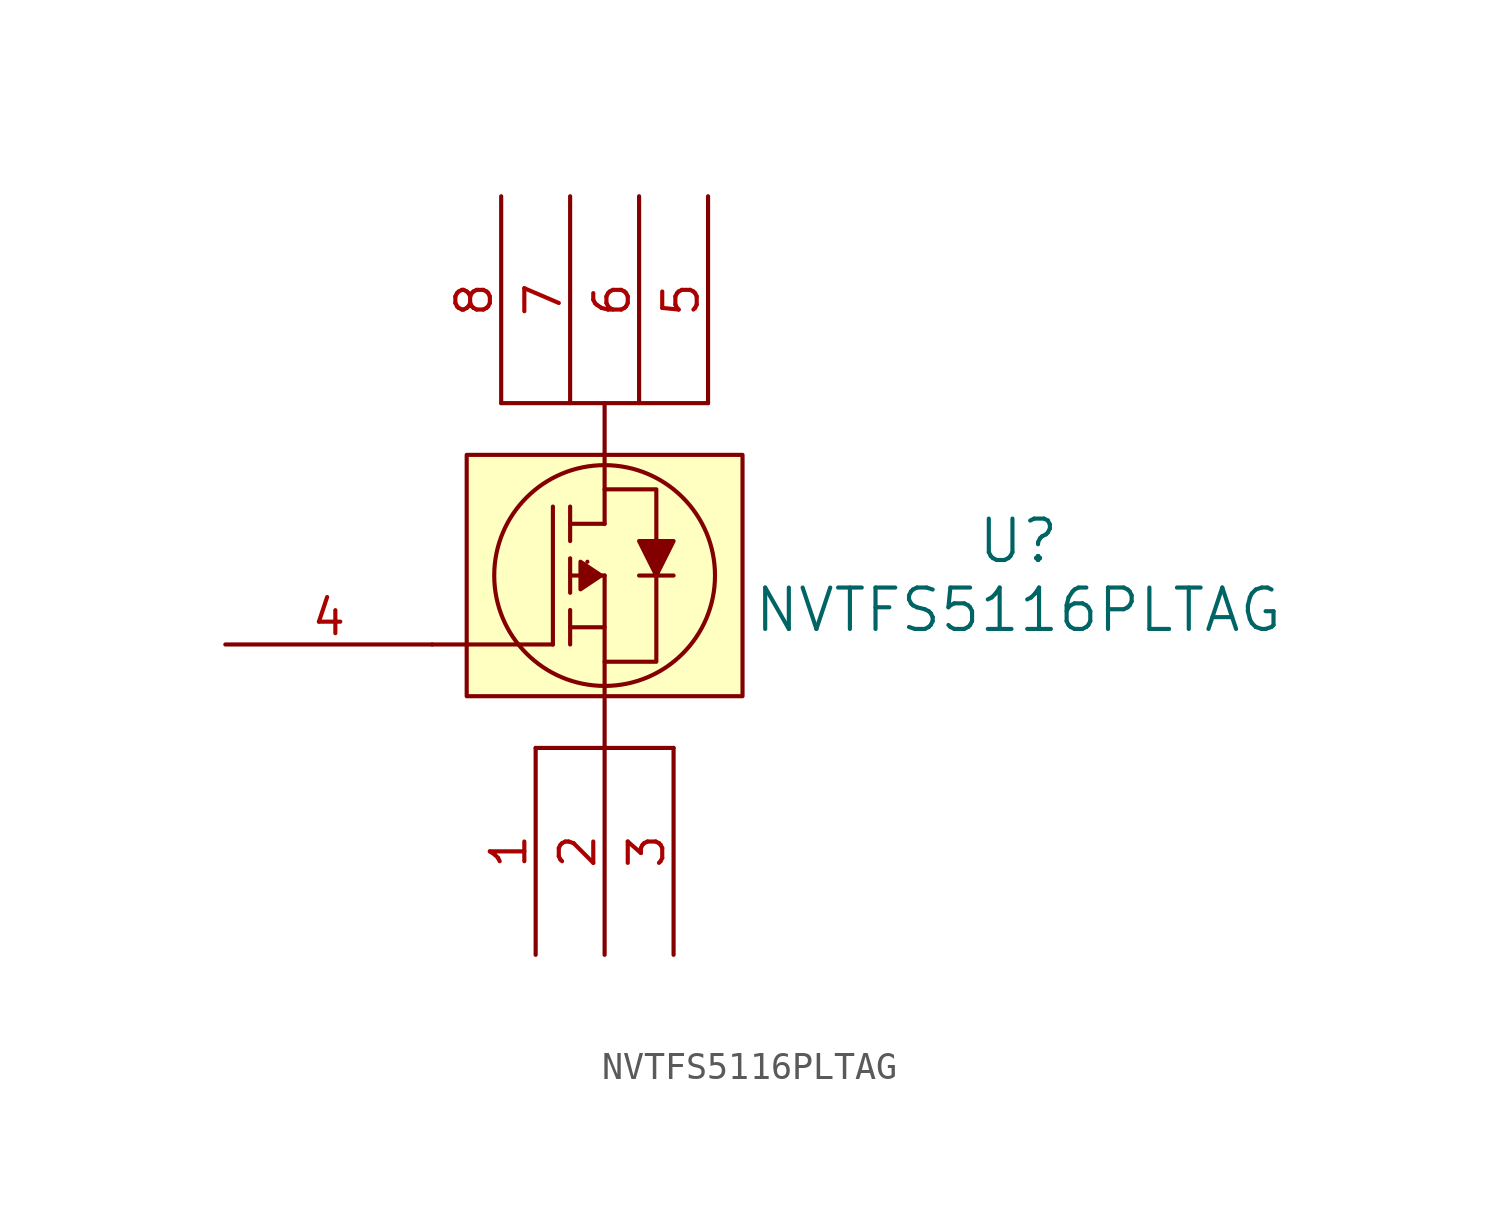
<source format=kicad_sym>
(kicad_symbol_lib
  (version 20220914)
  (generator kicad_symbol_editor)
  (symbol "NVTFS5116PLTAG"
    (pin_names
      (offset 0.254))
    (property "Reference" "U"
      (at 35.56 -12.7 0)
      (effects (font (size 1.524 1.524))))
    (property "Value" "NVTFS5116PLTAG"
      (at 35.56 -15.24 0)
      (effects (font (size 1.524 1.524))))
    (property "ki_locked" ""
      (at 0 0 0)
      (effects (font (size 1.27 1.27))))
    (symbol "NVTFS5116PLTAG_0_1"
      (polyline (pts (xy 13.97 -16.51) (xy 18.415 -16.51)) (stroke (width 0) (type default)) (fill (type none)))
      (polyline (pts (xy 18.415 -11.43) (xy 18.415 -16.51)) (stroke (width 0) (type default)) (fill (type none)))
      (polyline (pts (xy 19.05 -16.51) (xy 19.05 -15.24)) (stroke (width 0) (type default)) (fill (type none)))
      (polyline (pts (xy 19.05 -15.875) (xy 20.32 -15.875)) (stroke (width 0) (type default)) (fill (type none)))
      (polyline (pts (xy 19.05 -14.605) (xy 19.05 -13.335)) (stroke (width 0) (type default)) (fill (type none)))
      (polyline (pts (xy 19.05 -13.97) (xy 20.32 -13.97)) (stroke (width 0) (type default)) (fill (type none)))
      (polyline (pts (xy 19.05 -12.7) (xy 19.05 -11.43)) (stroke (width 0) (type default)) (fill (type none)))
      (polyline (pts (xy 19.05 -12.065) (xy 20.32 -12.065)) (stroke (width 0) (type default)) (fill (type none)))
      (polyline (pts (xy 19.685 -13.462) (xy 19.685 -13.462)) (stroke (width 0) (type default)) (fill (type none)))
      (polyline (pts (xy 20.32 -13.97) (xy 20.32 -20.32)) (stroke (width 0) (type default)) (fill (type none)))
      (polyline (pts (xy 20.32 -12.065) (xy 20.32 -7.62)) (stroke (width 0) (type default)) (fill (type none)))
      (polyline (pts (xy 21.59 -13.97) (xy 22.86 -13.97)) (stroke (width 0) (type default)) (fill (type none)))
      (polyline (pts (xy 22.86 -20.32) (xy 17.78 -20.32)) (stroke (width 0) (type default)) (fill (type none)))
      (polyline (pts (xy 24.13 -7.62) (xy 16.51 -7.62)) (stroke (width 0) (type default)) (fill (type none)))
      (polyline (pts (xy 20.32 -10.795) (xy 22.225 -10.795) (xy 22.225 -17.145) (xy 20.32 -17.145)) (stroke (width 0) (type default)) (fill (type none)))
      (circle (center 20.32 -13.97) (radius 4.066) (stroke (width 0) (type default)) (fill (type none))))
    (symbol "NVTFS5116PLTAG_1_1"
      (polyline (pts (xy 19.431 -13.462) (xy 19.431 -14.478) (xy 20.193 -13.97) (xy 19.431 -13.462)) (stroke (width 0) (type default)) (fill (type outline)))
      (polyline (pts (xy 21.59 -12.7) (xy 22.86 -12.7) (xy 22.225 -13.97) (xy 21.59 -12.7)) (stroke (width 0) (type default)) (fill (type outline)))
      (rectangle (start 15.24 -9.525) (end 25.4 -18.415) (stroke (width 0) (type default)) (fill (type background)))
      (pin passive line (at 17.78 -27.94 90) (length 7.62) (name "" (effects (font (size 1.27 1.27)))) (number "1" (effects (font (size 1.27 1.27)))))
      (pin passive line (at 20.32 -27.94 90) (length 7.62) (name "" (effects (font (size 1.27 1.27)))) (number "2" (effects (font (size 1.27 1.27)))))
      (pin passive line (at 22.86 -27.94 90) (length 7.62) (name "" (effects (font (size 1.27 1.27)))) (number "3" (effects (font (size 1.27 1.27)))))
      (pin passive line (at 6.35 -16.51 0) (length 7.62) (name "" (effects (font (size 1.27 1.27)))) (number "4" (effects (font (size 1.27 1.27)))))
      (pin passive line (at 24.13 0 270) (length 7.62) (name "" (effects (font (size 1.27 1.27)))) (number "5" (effects (font (size 1.27 1.27)))))
      (pin passive line (at 21.59 0 270) (length 7.62) (name "" (effects (font (size 1.27 1.27)))) (number "6" (effects (font (size 1.27 1.27)))))
      (pin passive line (at 19.05 0 270) (length 7.62) (name "" (effects (font (size 1.27 1.27)))) (number "7" (effects (font (size 1.27 1.27)))))
      (pin passive line (at 16.51 0 270) (length 7.62) (name "" (effects (font (size 1.27 1.27)))) (number "8" (effects (font (size 1.27 1.27))))))))
</source>
